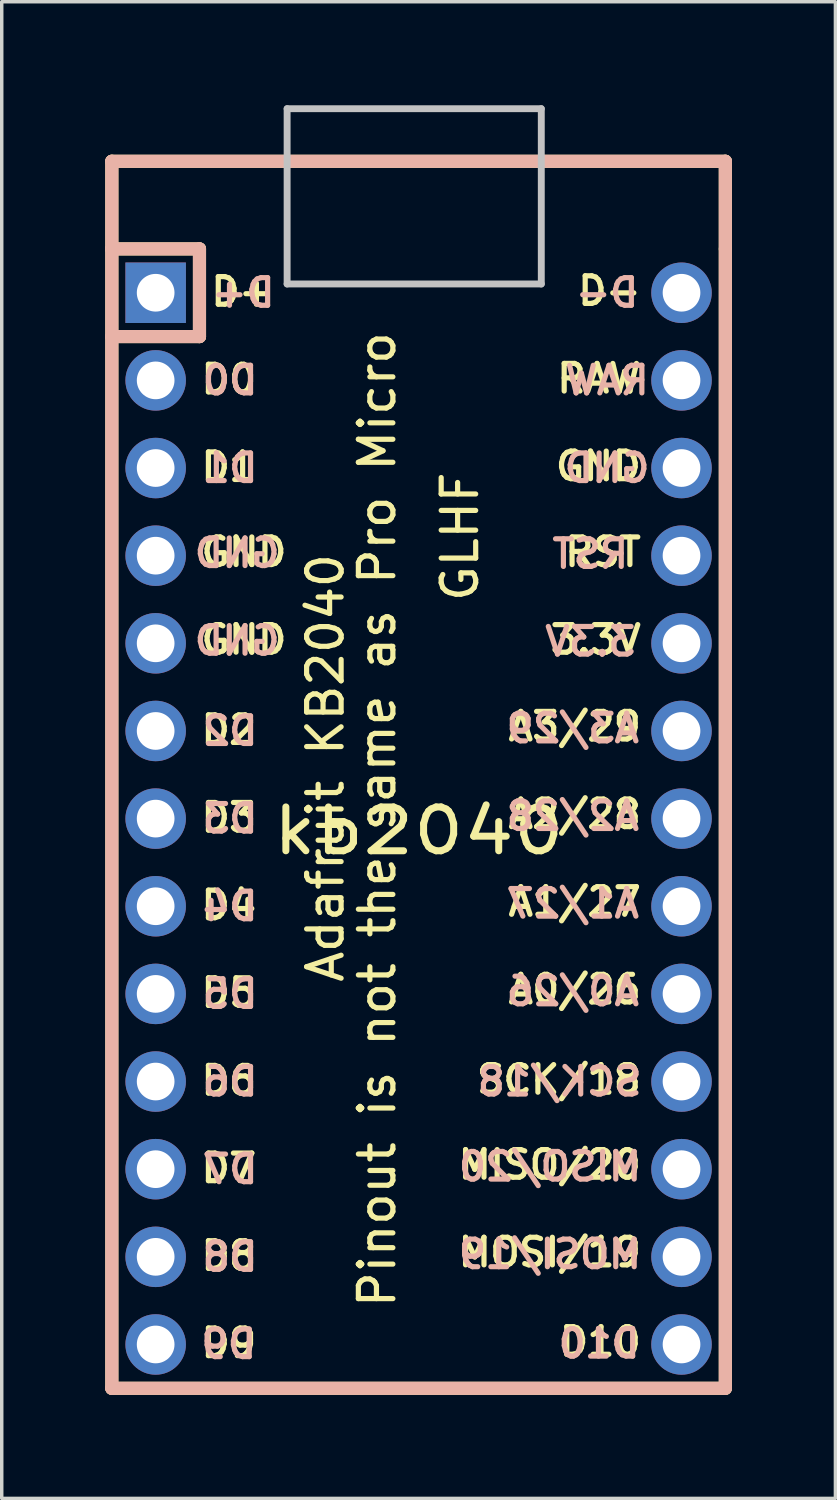
<source format=kicad_pcb>
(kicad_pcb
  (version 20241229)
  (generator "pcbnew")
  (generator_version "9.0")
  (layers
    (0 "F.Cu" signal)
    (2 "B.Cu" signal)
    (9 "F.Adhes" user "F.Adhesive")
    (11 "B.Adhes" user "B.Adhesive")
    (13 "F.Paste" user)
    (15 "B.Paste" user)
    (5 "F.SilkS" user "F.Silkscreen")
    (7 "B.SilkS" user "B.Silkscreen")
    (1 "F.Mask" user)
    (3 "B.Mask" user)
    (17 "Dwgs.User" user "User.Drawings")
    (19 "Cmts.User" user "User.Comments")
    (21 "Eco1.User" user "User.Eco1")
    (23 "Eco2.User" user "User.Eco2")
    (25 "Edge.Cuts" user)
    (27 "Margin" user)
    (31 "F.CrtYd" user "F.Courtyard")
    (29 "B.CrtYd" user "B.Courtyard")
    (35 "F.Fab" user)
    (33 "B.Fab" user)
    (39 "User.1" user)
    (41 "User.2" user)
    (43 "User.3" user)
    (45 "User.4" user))
  (footprint "kb2040"
    (layer "F.Cu")
    (at 9.081 19.404)
    (property "Reference" "kb2040" (at 0 1.625 0) (layer "F.SilkS") (effects (font (size 1.27 1.524) (thickness 0.203))))
    (attr through_hole)
    (fp_line (start -8.89 -17.78) (end -8.89 -15.24) (stroke (width 0.381) (type solid)) (layer "F.SilkS"))
    (fp_line (start -8.89 -15.24) (end -8.89 17.78) (stroke (width 0.381) (type solid)) (layer "F.SilkS"))
    (fp_line (start -8.89 17.78) (end 8.89 17.78) (stroke (width 0.381) (type solid)) (layer "F.SilkS"))
    (fp_line (start -6.35 -15.24) (end -8.89 -15.24) (stroke (width 0.381) (type solid)) (layer "F.SilkS"))
    (fp_line (start -6.35 -15.24) (end -6.35 -12.7) (stroke (width 0.381) (type solid)) (layer "F.SilkS"))
    (fp_line (start -6.35 -12.7) (end -8.89 -12.7) (stroke (width 0.381) (type solid)) (layer "F.SilkS"))
    (fp_line (start 8.89 -17.78) (end -8.89 -17.78) (stroke (width 0.381) (type solid)) (layer "F.SilkS"))
    (fp_line (start 8.89 -15.24) (end 8.89 -17.78) (stroke (width 0.381) (type solid)) (layer "F.SilkS"))
    (fp_line (start 8.89 17.78) (end 8.89 -15.24) (stroke (width 0.381) (type solid)) (layer "F.SilkS"))
    (fp_line (start -8.89 -17.78) (end -8.89 17.78) (stroke (width 0.381) (type solid)) (layer "B.SilkS"))
    (fp_line (start -8.89 17.78) (end 8.89 17.78) (stroke (width 0.381) (type solid)) (layer "B.SilkS"))
    (fp_line (start -6.35 -15.24) (end -8.89 -15.24) (stroke (width 0.381) (type solid)) (layer "B.SilkS"))
    (fp_line (start -6.35 -15.24) (end -6.35 -12.7) (stroke (width 0.381) (type solid)) (layer "B.SilkS"))
    (fp_line (start -6.35 -12.7) (end -8.89 -12.7) (stroke (width 0.381) (type solid)) (layer "B.SilkS"))
    (fp_line (start 8.89 -17.78) (end -8.89 -17.78) (stroke (width 0.381) (type solid)) (layer "B.SilkS"))
    (fp_line (start 8.89 17.78) (end 8.89 -17.78) (stroke (width 0.381) (type solid)) (layer "B.SilkS"))
    (fp_line (start -3.81 -19.304) (end 3.556 -19.304) (stroke (width 0.2) (type solid)) (layer "Dwgs.User"))
    (fp_line (start -3.81 -14.224) (end -3.81 -19.304) (stroke (width 0.2) (type solid)) (layer "Dwgs.User"))
    (fp_line (start 3.556 -19.304) (end 3.556 -14.224) (stroke (width 0.2) (type solid)) (layer "Dwgs.User"))
    (fp_line (start 3.556 -14.224) (end -3.81 -14.224) (stroke (width 0.2) (type solid)) (layer "Dwgs.User"))
    (fp_text user "D0" (at -5.5 -11.46 0) (layer "F.SilkS") (effects (font (size 0.8 0.8) (thickness 0.15))))
    (fp_text user "A3/29" (at 4.524 -1.4 0) (layer "F.SilkS") (effects (font (size 0.8 0.8) (thickness 0.15))))
    (fp_text user "GND" (at -5.062 -3.916 0) (layer "F.SilkS") (effects (font (size 0.8 0.8) (thickness 0.15))))
    (fp_text user "D6" (at -5.5 8.86 0) (layer "F.SilkS") (effects (font (size 0.8 0.8) (thickness 0.15))))
    (fp_text user "Adafruit KB2040" (at -2.7 -0.2 90) (unlocked yes) (layer "F.SilkS") (effects (font (size 1 1) (thickness 0.15))))
    (fp_text user "MOSI/19" (at 3.8 13.84 0) (layer "F.SilkS") (effects (font (size 0.8 0.8) (thickness 0.15))))
    (fp_text user "D10" (at 5.267 16.431 0) (layer "F.SilkS") (effects (font (size 0.8 0.8) (thickness 0.15))))
    (fp_text user "GND" (at 5.21 -8.944 0) (layer "F.SilkS") (effects (font (size 0.8 0.8) (thickness 0.15))))
    (fp_text user "RAW" (at 5.229 -11.484 0) (layer "F.SilkS") (effects (font (size 0.8 0.8) (thickness 0.15))))
    (fp_text user "Pinout is not the same as Pro Micro" (at -1.2 1.3 90) (unlocked yes) (layer "F.SilkS") (effects (font (size 1 1) (thickness 0.15))))
    (fp_text user "D5" (at -5.5 6.32 0) (layer "F.SilkS") (effects (font (size 0.8 0.8) (thickness 0.15))))
    (fp_text user "D3" (at -5.5 1.24 0) (layer "F.SilkS") (effects (font (size 0.8 0.8) (thickness 0.15))))
    (fp_text user "D1" (at -5.5 -8.92 0) (layer "F.SilkS") (effects (font (size 0.8 0.8) (thickness 0.15))))
    (fp_text user "A0/26" (at 4.524 6.22 0) (layer "F.SilkS") (effects (font (size 0.8 0.8) (thickness 0.15))))
    (fp_text user "D+" (at -5.1 -14 0) (layer "F.SilkS") (effects (font (size 0.8 0.8) (thickness 0.15))))
    (fp_text user "A2/28" (at 4.524 1.14 0) (layer "F.SilkS") (effects (font (size 0.8 0.8) (thickness 0.15))))
    (fp_text user "D-" (at 5.533 -14.024 0) (layer "F.SilkS") (effects (font (size 0.8 0.8) (thickness 0.15))))
    (fp_text user "3.3V" (at 5.133 -3.915 0) (layer "F.SilkS") (effects (font (size 0.8 0.8) (thickness 0.15))))
    (fp_text user "D4" (at -5.5 3.78 0) (layer "F.SilkS") (effects (font (size 0.8 0.8) (thickness 0.15))))
    (fp_text user "SCK/18" (at 4.067 8.836 0) (layer "F.SilkS") (effects (font (size 0.8 0.8) (thickness 0.15))))
    (fp_text user "A1/27" (at 4.524 3.68 0) (layer "F.SilkS") (effects (font (size 0.8 0.8) (thickness 0.15))))
    (fp_text user "D8" (at -5.5 13.94 0) (layer "F.SilkS") (effects (font (size 0.8 0.8) (thickness 0.15))))
    (fp_text user "D7" (at -5.5 11.4 0) (layer "F.SilkS") (effects (font (size 0.8 0.8) (thickness 0.15))))
    (fp_text user "D2" (at -5.5 -1.3 0) (layer "F.SilkS") (effects (font (size 0.8 0.8) (thickness 0.15))))
    (fp_text user "MISO/20" (at 3.8 11.3 0) (layer "F.SilkS") (effects (font (size 0.8 0.8) (thickness 0.15))))
    (fp_text user "RST" (at 5.343 -6.455 0) (layer "F.SilkS") (effects (font (size 0.8 0.8) (thickness 0.15))))
    (fp_text user "D9" (at -5.5 16.47 0) (layer "F.SilkS") (effects (font (size 0.8 0.8) (thickness 0.15))))
    (fp_text user "GLHF" (at 1.2 -6.9 90) (unlocked yes) (layer "F.SilkS") (effects (font (size 1 1) (thickness 0.15))))
    (fp_text user "GND" (at -5.062 -6.456 0) (layer "F.SilkS") (effects (font (size 0.8 0.8) (thickness 0.15))))
    (fp_text user "D6" (at -5.461 8.89 0) (layer "B.SilkS") (effects (font (size 0.8 0.8) (thickness 0.15)) (justify mirror)))
    (fp_text user "RAW" (at 5.461 -11.43 0) (layer "B.SilkS") (effects (font (size 0.8 0.8) (thickness 0.15)) (justify mirror)))
    (fp_text user "3.3V" (at 4.978 -3.861 0) (layer "B.SilkS") (effects (font (size 0.8 0.8) (thickness 0.15)) (justify mirror)))
    (fp_text user "MISO/20" (at 3.81 11.354 0) (layer "B.SilkS") (effects (font (size 0.8 0.8) (thickness 0.15)) (justify mirror)))
    (fp_text user "D-" (at 5.461 -13.97 0) (layer "B.SilkS") (effects (font (size 0.8 0.8) (thickness 0.15)) (justify mirror)))
    (fp_text user "GND" (at -5.258 -6.426 0) (layer "B.SilkS") (effects (font (size 0.8 0.8) (thickness 0.15)) (justify mirror)))
    (fp_text user "A3/29" (at 4.47 -1.346 0) (layer "B.SilkS") (effects (font (size 0.8 0.8) (thickness 0.15)) (justify mirror)))
    (fp_text user "GND" (at 5.461 -8.89 0) (layer "B.SilkS") (effects (font (size 0.8 0.8) (thickness 0.15)) (justify mirror)))
    (fp_text user "MOSI/19" (at 3.81 13.894 0) (layer "B.SilkS") (effects (font (size 0.8 0.8) (thickness 0.15)) (justify mirror)))
    (fp_text user "D+" (at -5.08 -13.97 0) (layer "B.SilkS") (effects (font (size 0.8 0.8) (thickness 0.15)) (justify mirror)))
    (fp_text user "D9" (at -5.5 16.5 0) (layer "B.SilkS") (effects (font (size 0.8 0.8) (thickness 0.15)) (justify mirror)))
    (fp_text user "GND" (at -5.258 -3.886 0) (layer "B.SilkS") (effects (font (size 0.8 0.8) (thickness 0.15)) (justify mirror)))
    (fp_text user "D1" (at -5.461 -8.89 0) (layer "B.SilkS") (effects (font (size 0.8 0.8) (thickness 0.15)) (justify mirror)))
    (fp_text user "RST" (at 4.978 -6.401 0) (layer "B.SilkS") (effects (font (size 0.8 0.8) (thickness 0.15)) (justify mirror)))
    (fp_text user "SCK/18" (at 4.089 8.89 0) (layer "B.SilkS") (effects (font (size 0.8 0.8) (thickness 0.15)) (justify mirror)))
    (fp_text user "A0/26" (at 4.47 6.274 0) (layer "B.SilkS") (effects (font (size 0.8 0.8) (thickness 0.15)) (justify mirror)))
    (fp_text user "A2/28" (at 4.47 1.194 0) (layer "B.SilkS") (effects (font (size 0.8 0.8) (thickness 0.15)) (justify mirror)))
    (fp_text user "D0" (at -5.461 -11.43 0) (layer "B.SilkS") (effects (font (size 0.8 0.8) (thickness 0.15)) (justify mirror)))
    (fp_text user "D7" (at -5.461 11.43 0) (layer "B.SilkS") (effects (font (size 0.8 0.8) (thickness 0.15)) (justify mirror)))
    (fp_text user "D8" (at -5.461 13.97 0) (layer "B.SilkS") (effects (font (size 0.8 0.8) (thickness 0.15)) (justify mirror)))
    (fp_text user "D10" (at 5.232 16.485 0) (layer "B.SilkS") (effects (font (size 0.8 0.8) (thickness 0.15)) (justify mirror)))
    (fp_text user "D4" (at -5.461 3.81 0) (layer "B.SilkS") (effects (font (size 0.8 0.8) (thickness 0.15)) (justify mirror)))
    (fp_text user "D2" (at -5.461 -1.27 0) (layer "B.SilkS") (effects (font (size 0.8 0.8) (thickness 0.15)) (justify mirror)))
    (fp_text user "A1/27" (at 4.47 3.734 0) (layer "B.SilkS") (effects (font (size 0.8 0.8) (thickness 0.15)) (justify mirror)))
    (fp_text user "D5" (at -5.461 6.35 0) (layer "B.SilkS") (effects (font (size 0.8 0.8) (thickness 0.15)) (justify mirror)))
    (fp_text user "D3" (at -5.461 1.27 0) (layer "B.SilkS") (effects (font (size 0.8 0.8) (thickness 0.15)) (justify mirror)))
    (pad "1" thru_hole circle (at 7.62 -11.43 270) (size 1.753 1.753) (drill 1.092) (layers "*.Cu" "*.Mask"))
    (pad "2" thru_hole circle (at 7.62 -8.89 270) (size 1.753 1.753) (drill 1.092) (layers "*.Cu" "*.Mask"))
    (pad "3" thru_hole circle (at 7.62 -6.35 270) (size 1.753 1.753) (drill 1.092) (layers "*.Cu" "*.Mask"))
    (pad "4" thru_hole circle (at 7.62 -3.81 270) (size 1.753 1.753) (drill 1.092) (layers "*.Cu" "*.Mask"))
    (pad "5" thru_hole circle (at 7.62 -1.27 270) (size 1.753 1.753) (drill 1.092) (layers "*.Cu" "*.Mask"))
    (pad "6" thru_hole circle (at 7.62 1.27 270) (size 1.753 1.753) (drill 1.092) (layers "*.Cu" "*.Mask"))
    (pad "7" thru_hole circle (at 7.62 3.81 270) (size 1.753 1.753) (drill 1.092) (layers "*.Cu" "*.Mask"))
    (pad "8" thru_hole circle (at 7.62 6.35 270) (size 1.753 1.753) (drill 1.092) (layers "*.Cu" "*.Mask"))
    (pad "9" thru_hole circle (at 7.62 8.89 270) (size 1.753 1.753) (drill 1.092) (layers "*.Cu" "*.Mask"))
    (pad "10" thru_hole circle (at 7.62 11.43 270) (size 1.753 1.753) (drill 1.092) (layers "*.Cu" "*.Mask"))
    (pad "11" thru_hole circle (at 7.62 13.97 270) (size 1.753 1.753) (drill 1.092) (layers "*.Cu" "*.Mask"))
    (pad "12" thru_hole circle (at 7.62 16.51 270) (size 1.753 1.753) (drill 1.092) (layers "*.Cu" "*.Mask"))
    (pad "13" thru_hole circle (at -7.62 16.51 270) (size 1.753 1.753) (drill 1.092) (layers "*.Cu" "*.Mask"))
    (pad "14" thru_hole circle (at -7.62 13.97 270) (size 1.753 1.753) (drill 1.092) (layers "*.Cu" "*.Mask"))
    (pad "15" thru_hole circle (at -7.62 11.43 270) (size 1.753 1.753) (drill 1.092) (layers "*.Cu" "*.Mask"))
    (pad "16" thru_hole circle (at -7.62 8.89 270) (size 1.753 1.753) (drill 1.092) (layers "*.Cu" "*.Mask"))
    (pad "17" thru_hole circle (at -7.62 6.35 270) (size 1.753 1.753) (drill 1.092) (layers "*.Cu" "*.Mask"))
    (pad "18" thru_hole circle (at -7.62 3.81 270) (size 1.753 1.753) (drill 1.092) (layers "*.Cu" "*.Mask"))
    (pad "19" thru_hole circle (at -7.62 1.27 270) (size 1.753 1.753) (drill 1.092) (layers "*.Cu" "*.Mask"))
    (pad "20" thru_hole circle (at -7.62 -1.27 270) (size 1.753 1.753) (drill 1.092) (layers "*.Cu" "*.Mask"))
    (pad "21" thru_hole circle (at -7.62 -3.81 270) (size 1.753 1.753) (drill 1.092) (layers "*.Cu" "*.Mask"))
    (pad "22" thru_hole circle (at -7.62 -6.35 270) (size 1.753 1.753) (drill 1.092) (layers "*.Cu" "*.Mask"))
    (pad "23" thru_hole circle (at -7.62 -8.89 270) (size 1.753 1.753) (drill 1.092) (layers "*.Cu" "*.Mask"))
    (pad "24" thru_hole circle (at -7.62 -11.43 270) (size 1.753 1.753) (drill 1.092) (layers "*.Cu" "*.Mask"))
    (pad "25" thru_hole rect (at -7.62 -13.97 270) (size 1.753 1.753) (drill 1.092) (layers "*.Cu" "*.Mask"))
    (pad "26" thru_hole circle (at 7.62 -13.97 270) (size 1.753 1.753) (drill 1.092) (layers "*.Cu" "*.Mask")))
  (gr_rect
    (start -3 -3)
    (end 21.161 40.374)
    (stroke (width 0.1) (type default))
    (fill no)
    (layer "Edge.Cuts")))
</source>
